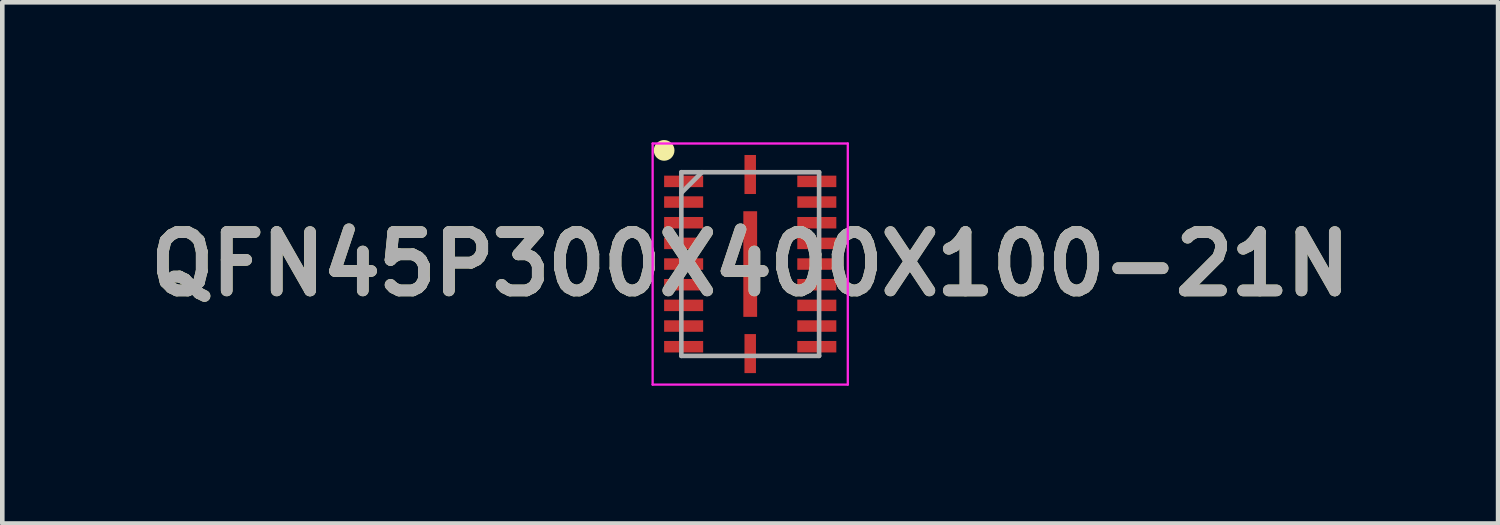
<source format=kicad_pcb>
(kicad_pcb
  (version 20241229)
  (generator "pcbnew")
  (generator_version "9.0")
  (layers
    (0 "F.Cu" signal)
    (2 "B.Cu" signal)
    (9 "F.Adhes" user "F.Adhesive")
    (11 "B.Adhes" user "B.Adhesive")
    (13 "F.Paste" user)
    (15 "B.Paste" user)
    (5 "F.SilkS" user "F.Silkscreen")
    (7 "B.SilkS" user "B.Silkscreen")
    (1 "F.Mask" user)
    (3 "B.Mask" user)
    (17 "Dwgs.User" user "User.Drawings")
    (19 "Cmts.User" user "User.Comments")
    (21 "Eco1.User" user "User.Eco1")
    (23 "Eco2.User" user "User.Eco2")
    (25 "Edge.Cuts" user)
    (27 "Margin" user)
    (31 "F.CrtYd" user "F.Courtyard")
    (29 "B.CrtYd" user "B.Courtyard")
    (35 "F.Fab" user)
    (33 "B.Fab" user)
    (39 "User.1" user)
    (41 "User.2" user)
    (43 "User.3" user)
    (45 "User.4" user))
  (footprint "QFN45P300X400X100-21N"
    (layer "F.Cu")
    (at 13.287 2.7)
    (property "Reference" "QFN45P300X400X100-21N" (at 0 0 0) (layer "F.SilkS") (effects (font (size 1.27 1.27) (thickness 0.254))))
    (attr smd)
    (fp_circle (center -1.875 -2.475) (end -1.875 -2.362) (stroke (width 0.225) (type solid)) (fill no) (layer "F.SilkS"))
    (fp_line (start -2.125 -2.625) (end 2.125 -2.625) (stroke (width 0.05) (type solid)) (layer "F.CrtYd"))
    (fp_line (start -2.125 2.625) (end -2.125 -2.625) (stroke (width 0.05) (type solid)) (layer "F.CrtYd"))
    (fp_line (start 2.125 -2.625) (end 2.125 2.625) (stroke (width 0.05) (type solid)) (layer "F.CrtYd"))
    (fp_line (start 2.125 2.625) (end -2.125 2.625) (stroke (width 0.05) (type solid)) (layer "F.CrtYd"))
    (fp_line (start -1.5 -2) (end 1.5 -2) (stroke (width 0.1) (type solid)) (layer "F.Fab"))
    (fp_line (start -1.5 -1.55) (end -1.05 -2) (stroke (width 0.1) (type solid)) (layer "F.Fab"))
    (fp_line (start -1.5 2) (end -1.5 -2) (stroke (width 0.1) (type solid)) (layer "F.Fab"))
    (fp_line (start 1.5 -2) (end 1.5 2) (stroke (width 0.1) (type solid)) (layer "F.Fab"))
    (fp_line (start 1.5 2) (end -1.5 2) (stroke (width 0.1) (type solid)) (layer "F.Fab"))
    (fp_text user "${REFERENCE}" (at 0 0 0) (layer "F.Fab") (effects (font (size 1.27 1.27) (thickness 0.254))))
    (pad "1" smd rect (at -1.45 -1.8 90) (size 0.25 0.85) (layers "F.Cu" "F.Mask" "F.Paste"))
    (pad "2" smd rect (at -1.45 -1.35 90) (size 0.25 0.85) (layers "F.Cu" "F.Mask" "F.Paste"))
    (pad "3" smd rect (at -1.45 -0.9 90) (size 0.25 0.85) (layers "F.Cu" "F.Mask" "F.Paste"))
    (pad "4" smd rect (at -1.45 -0.45 90) (size 0.25 0.85) (layers "F.Cu" "F.Mask" "F.Paste"))
    (pad "5" smd rect (at -1.45 0 90) (size 0.25 0.85) (layers "F.Cu" "F.Mask" "F.Paste"))
    (pad "6" smd rect (at -1.45 0.45 90) (size 0.25 0.85) (layers "F.Cu" "F.Mask" "F.Paste"))
    (pad "7" smd rect (at -1.45 0.9 90) (size 0.25 0.85) (layers "F.Cu" "F.Mask" "F.Paste"))
    (pad "8" smd rect (at -1.45 1.35 90) (size 0.25 0.85) (layers "F.Cu" "F.Mask" "F.Paste"))
    (pad "9" smd rect (at -1.45 1.8 90) (size 0.25 0.85) (layers "F.Cu" "F.Mask" "F.Paste"))
    (pad "10" smd rect (at 0 1.95) (size 0.25 0.85) (layers "F.Cu" "F.Mask" "F.Paste"))
    (pad "11" smd rect (at 1.45 1.8 90) (size 0.25 0.85) (layers "F.Cu" "F.Mask" "F.Paste"))
    (pad "12" smd rect (at 1.45 1.35 90) (size 0.25 0.85) (layers "F.Cu" "F.Mask" "F.Paste"))
    (pad "13" smd rect (at 1.45 0.9 90) (size 0.25 0.85) (layers "F.Cu" "F.Mask" "F.Paste"))
    (pad "14" smd rect (at 1.45 0.45 90) (size 0.25 0.85) (layers "F.Cu" "F.Mask" "F.Paste"))
    (pad "15" smd rect (at 1.45 0 90) (size 0.25 0.85) (layers "F.Cu" "F.Mask" "F.Paste"))
    (pad "16" smd rect (at 1.45 -0.45 90) (size 0.25 0.85) (layers "F.Cu" "F.Mask" "F.Paste"))
    (pad "17" smd rect (at 1.45 -0.9 90) (size 0.25 0.85) (layers "F.Cu" "F.Mask" "F.Paste"))
    (pad "18" smd rect (at 1.45 -1.35 90) (size 0.25 0.85) (layers "F.Cu" "F.Mask" "F.Paste"))
    (pad "19" smd rect (at 1.45 -1.8 90) (size 0.25 0.85) (layers "F.Cu" "F.Mask" "F.Paste"))
    (pad "20" smd rect (at 0 -1.95) (size 0.25 0.85) (layers "F.Cu" "F.Mask" "F.Paste"))
    (pad "21" smd rect (at 0 0) (size 0.3 2.3) (layers "F.Cu" "F.Mask" "F.Paste")))
  (gr_rect
    (start -3 -3)
    (end 29.573 8.35)
    (stroke (width 0.1) (type default))
    (fill no)
    (layer "Edge.Cuts")))
</source>
